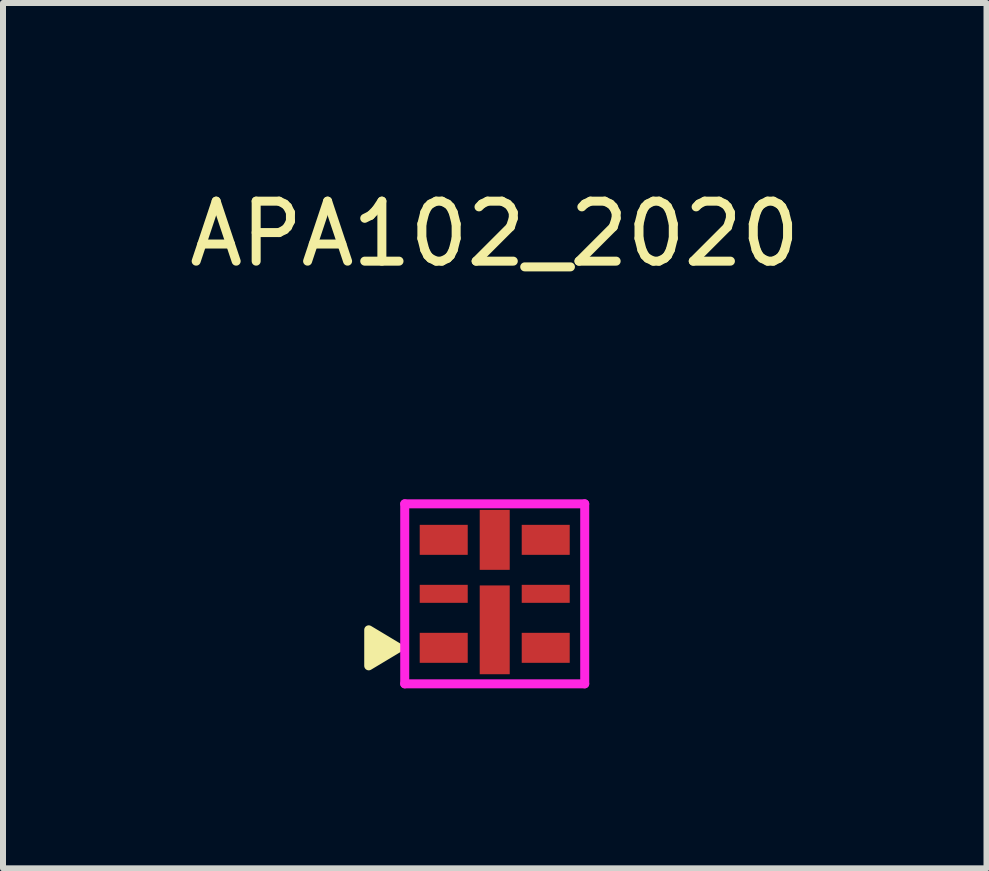
<source format=kicad_pcb>
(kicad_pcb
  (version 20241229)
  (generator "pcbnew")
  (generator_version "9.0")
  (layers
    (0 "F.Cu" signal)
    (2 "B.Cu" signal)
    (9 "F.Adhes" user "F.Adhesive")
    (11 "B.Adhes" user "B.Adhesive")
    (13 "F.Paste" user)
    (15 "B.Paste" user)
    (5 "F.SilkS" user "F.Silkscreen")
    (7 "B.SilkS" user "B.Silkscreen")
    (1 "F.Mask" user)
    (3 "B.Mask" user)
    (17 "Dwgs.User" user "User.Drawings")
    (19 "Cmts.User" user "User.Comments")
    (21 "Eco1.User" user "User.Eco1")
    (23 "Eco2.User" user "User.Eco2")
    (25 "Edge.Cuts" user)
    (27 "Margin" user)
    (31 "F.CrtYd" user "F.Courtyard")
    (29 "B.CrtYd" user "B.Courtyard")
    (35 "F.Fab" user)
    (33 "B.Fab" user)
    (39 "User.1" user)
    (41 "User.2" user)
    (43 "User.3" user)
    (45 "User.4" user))
  (footprint "APA102_2020"
    (layer "F.Cu")
    (at 5.196 6.848)
    (property "Reference" "APA102_2020" (at 0 -6 0) (layer "F.SilkS") (effects (font (size 1 1) (thickness 0.15))))
    (attr through_hole)
    (fp_poly (pts (xy -1.6 0.9) (xy -2.1 0.6) (xy -2.1 1.2)) (stroke (width 0.15) (type solid)) (fill yes) (layer "F.SilkS"))
    (fp_line (start -1.5 -1.5) (end 1.5 -1.5) (stroke (width 0.15) (type solid)) (layer "F.CrtYd"))
    (fp_line (start -1.5 1.5) (end -1.5 -1.5) (stroke (width 0.15) (type solid)) (layer "F.CrtYd"))
    (fp_line (start 1.5 -1.5) (end 1.5 1.5) (stroke (width 0.15) (type solid)) (layer "F.CrtYd"))
    (fp_line (start 1.5 1.5) (end -1.5 1.5) (stroke (width 0.15) (type solid)) (layer "F.CrtYd"))
    (pad "1" smd rect (at -0.85 -0.9) (size 0.8 0.5) (layers "F.Cu" "F.Mask" "F.Paste"))
    (pad "1" smd rect (at 0 -0.9) (size 0.5 1) (layers "F.Cu" "F.Mask" "F.Paste"))
    (pad "2" smd rect (at -0.85 0) (size 0.8 0.3) (layers "F.Cu" "F.Mask" "F.Paste"))
    (pad "3" smd rect (at -0.85 0.9) (size 0.8 0.5) (layers "F.Cu" "F.Mask" "F.Paste"))
    (pad "4" smd rect (at 0.85 0.9) (size 0.8 0.5) (layers "F.Cu" "F.Mask" "F.Paste"))
    (pad "5" smd rect (at 0.85 0) (size 0.8 0.3) (layers "F.Cu" "F.Mask" "F.Paste"))
    (pad "6" smd rect (at 0 0.6) (size 0.5 1.48) (layers "F.Cu" "F.Mask" "F.Paste"))
    (pad "6" smd rect (at 0.85 -0.9) (size 0.8 0.5) (layers "F.Cu" "F.Mask" "F.Paste")))
  (gr_rect
    (start -3 -3)
    (end 13.393 11.423)
    (stroke (width 0.1) (type default))
    (fill no)
    (layer "Edge.Cuts")))
</source>
